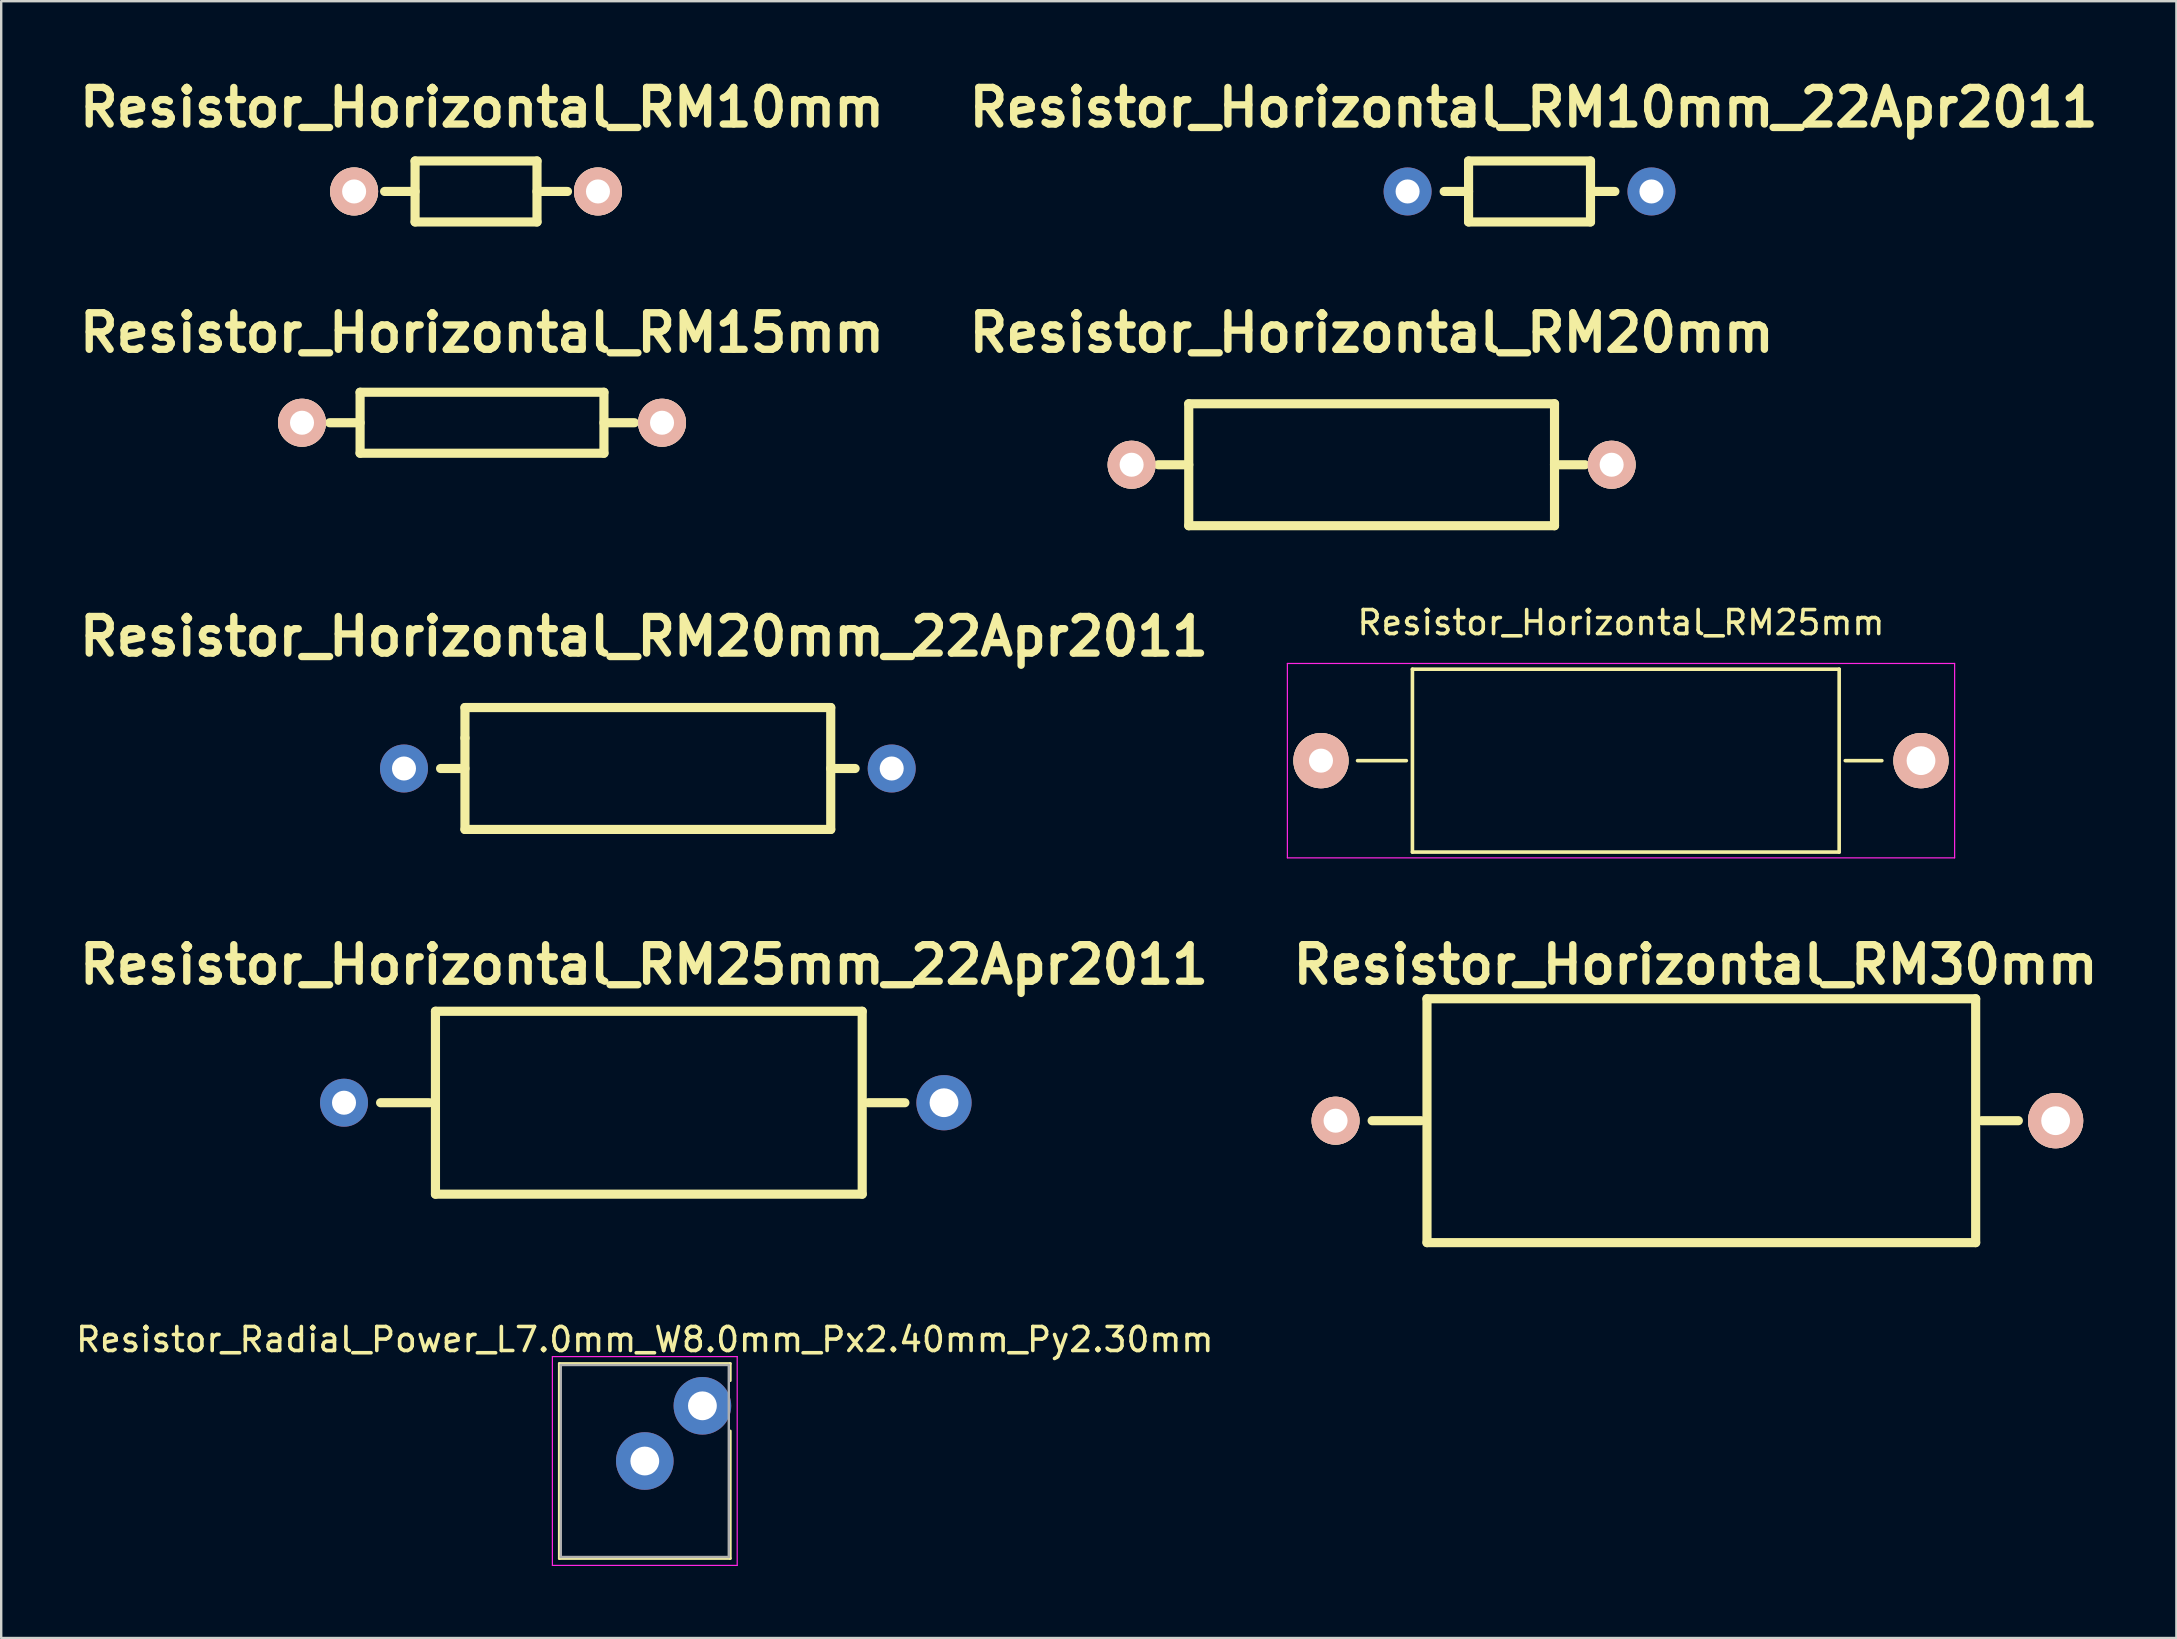
<source format=kicad_pcb>
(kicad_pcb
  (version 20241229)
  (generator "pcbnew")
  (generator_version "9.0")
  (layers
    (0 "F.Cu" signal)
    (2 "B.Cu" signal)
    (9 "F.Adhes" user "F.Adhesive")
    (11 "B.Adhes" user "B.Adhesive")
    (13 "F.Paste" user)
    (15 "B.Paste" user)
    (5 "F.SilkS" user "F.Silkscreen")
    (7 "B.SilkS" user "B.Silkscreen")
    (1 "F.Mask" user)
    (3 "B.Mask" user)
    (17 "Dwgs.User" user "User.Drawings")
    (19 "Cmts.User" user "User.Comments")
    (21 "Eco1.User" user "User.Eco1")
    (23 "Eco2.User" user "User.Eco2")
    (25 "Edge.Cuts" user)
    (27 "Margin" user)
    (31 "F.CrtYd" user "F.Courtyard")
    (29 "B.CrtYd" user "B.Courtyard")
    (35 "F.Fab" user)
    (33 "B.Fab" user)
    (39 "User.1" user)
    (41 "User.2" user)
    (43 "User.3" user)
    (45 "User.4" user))
  (footprint "Resistor_Horizontal_RM25mm"
    (layer "F.Cu")
    (at 51.988 28.642)
    (property "Reference" "Resistor_Horizontal_RM25mm" (at 12.499 -5.751 0) (layer "F.SilkS") (effects (font (size 1 1) (thickness 0.15))))
    (attr through_hole)
    (fp_line (start 3.556 0) (end 1.524 0) (stroke (width 0.15) (type solid)) (layer "F.SilkS"))
    (fp_line (start 3.81 -3.81) (end 3.81 3.81) (stroke (width 0.15) (type solid)) (layer "F.SilkS"))
    (fp_line (start 3.81 3.81) (end 21.59 3.81) (stroke (width 0.15) (type solid)) (layer "F.SilkS"))
    (fp_line (start 21.59 -3.81) (end 3.81 -3.81) (stroke (width 0.15) (type solid)) (layer "F.SilkS"))
    (fp_line (start 21.59 3.81) (end 21.59 -3.81) (stroke (width 0.15) (type solid)) (layer "F.SilkS"))
    (fp_line (start 21.844 0) (end 23.368 0) (stroke (width 0.15) (type solid)) (layer "F.SilkS"))
    (fp_line (start -1.4 -4.05) (end 26.4 -4.05) (stroke (width 0.05) (type solid)) (layer "F.CrtYd"))
    (fp_line (start -1.4 4.05) (end -1.4 -4.05) (stroke (width 0.05) (type solid)) (layer "F.CrtYd"))
    (fp_line (start -1.4 4.05) (end 26.4 4.05) (stroke (width 0.05) (type solid)) (layer "F.CrtYd"))
    (fp_line (start 26.4 -4.05) (end 26.4 4.05) (stroke (width 0.05) (type solid)) (layer "F.CrtYd"))
    (pad "1" thru_hole circle (at 0 0) (size 2.301 2.301) (drill 1.001) (layers "*.Cu" "*.SilkS" "*.Mask"))
    (pad "2" thru_hole circle (at 24.999 0) (size 2.301 2.301) (drill 1.199) (layers "*.Cu" "*.SilkS" "*.Mask")))
  (footprint "Resistor_Horizontal_RM25mm_22Apr2011"
    (layer "F.Cu")
    (at 23.782 42.894)
    (property "Reference" "Resistor_Horizontal_RM25mm_22Apr2011" (at 0 -5.751 0) (layer "F.SilkS") (effects (font (size 1.524 1.524) (thickness 0.305))))
    (attr through_hole)
    (fp_line (start -8.943 0) (end -10.975 0) (stroke (width 0.381) (type solid)) (layer "F.SilkS"))
    (fp_line (start -8.689 -3.81) (end -8.689 3.81) (stroke (width 0.381) (type solid)) (layer "F.SilkS"))
    (fp_line (start -8.689 3.81) (end 9.091 3.81) (stroke (width 0.381) (type solid)) (layer "F.SilkS"))
    (fp_line (start 9.091 -3.81) (end -8.689 -3.81) (stroke (width 0.381) (type solid)) (layer "F.SilkS"))
    (fp_line (start 9.091 3.81) (end 9.091 -3.81) (stroke (width 0.381) (type solid)) (layer "F.SilkS"))
    (fp_line (start 9.345 0) (end 10.869 0) (stroke (width 0.381) (type solid)) (layer "F.SilkS"))
    (pad "1" thru_hole circle (at -12.499 0) (size 1.999 1.999) (drill 1.001) (layers "*.Cu"))
    (pad "2" thru_hole circle (at 12.499 0) (size 2.301 2.301) (drill 1.199) (layers "*.Cu")))
  (footprint "Resistor_Horizontal_RM10mm"
    (layer "F.Cu")
    (at 16.784 4.927)
    (property "Reference" "Resistor_Horizontal_RM10mm" (at 0.249 -3.5 0) (layer "F.SilkS") (effects (font (size 1.524 1.524) (thickness 0.305))))
    (attr through_hole)
    (fp_line (start -2.54 -1.27) (end 2.54 -1.27) (stroke (width 0.381) (type solid)) (layer "F.SilkS"))
    (fp_line (start -2.54 0) (end -3.81 0) (stroke (width 0.381) (type solid)) (layer "F.SilkS"))
    (fp_line (start -2.54 1.27) (end -2.54 -1.27) (stroke (width 0.381) (type solid)) (layer "F.SilkS"))
    (fp_line (start 2.54 -1.27) (end 2.54 1.27) (stroke (width 0.381) (type solid)) (layer "F.SilkS"))
    (fp_line (start 2.54 0) (end 3.81 0) (stroke (width 0.381) (type solid)) (layer "F.SilkS"))
    (fp_line (start 2.54 1.27) (end -2.54 1.27) (stroke (width 0.381) (type solid)) (layer "F.SilkS"))
    (pad "1" thru_hole circle (at -5.08 0) (size 1.999 1.999) (drill 1.001) (layers "*.Cu" "*.SilkS" "*.Mask"))
    (pad "2" thru_hole circle (at 5.08 0) (size 1.999 1.999) (drill 1.001) (layers "*.Cu" "*.SilkS" "*.Mask")))
  (footprint "Resistor_Horizontal_RM10mm_22Apr2011"
    (layer "F.Cu")
    (at 60.598 4.927)
    (property "Reference" "Resistor_Horizontal_RM10mm_22Apr2011" (at 0.249 -3.5 0) (layer "F.SilkS") (effects (font (size 1.524 1.524) (thickness 0.305))))
    (attr through_hole)
    (fp_line (start -2.461 -1.27) (end 2.619 -1.27) (stroke (width 0.381) (type solid)) (layer "F.SilkS"))
    (fp_line (start -2.461 0) (end -3.477 0) (stroke (width 0.381) (type solid)) (layer "F.SilkS"))
    (fp_line (start -2.461 1.27) (end -2.461 -1.27) (stroke (width 0.381) (type solid)) (layer "F.SilkS"))
    (fp_line (start 2.619 -1.27) (end 2.619 1.27) (stroke (width 0.381) (type solid)) (layer "F.SilkS"))
    (fp_line (start 2.619 0) (end 3.635 0) (stroke (width 0.381) (type solid)) (layer "F.SilkS"))
    (fp_line (start 2.619 1.27) (end -2.461 1.27) (stroke (width 0.381) (type solid)) (layer "F.SilkS"))
    (pad "1" thru_hole circle (at -5.001 0) (size 1.999 1.999) (drill 1.001) (layers "*.Cu"))
    (pad "2" thru_hole circle (at 5.159 0) (size 1.999 1.999) (drill 1.001) (layers "*.Cu")))
  (footprint "Resistor_Radial_Power_L7.0mm_W8.0mm_Px2.40mm_Py2.30mm"
    (layer "F.Cu")
    (at 23.815 57.822)
    (property "Reference" "Resistor_Radial_Power_L7.0mm_W8.0mm_Px2.40mm_Py2.30mm" (at 0 -5.06 0) (layer "F.SilkS") (effects (font (size 1 1) (thickness 0.15))))
    (attr through_hole)
    (fp_line (start -3.56 -4.06) (end -3.56 4.06) (stroke (width 0.12) (type solid)) (layer "F.SilkS"))
    (fp_line (start -3.56 -4.06) (end 3.56 -4.06) (stroke (width 0.12) (type solid)) (layer "F.SilkS"))
    (fp_line (start -3.56 4.06) (end 3.56 4.06) (stroke (width 0.12) (type solid)) (layer "F.SilkS"))
    (fp_line (start 3.56 -4.06) (end 3.56 -3.35) (stroke (width 0.12) (type solid)) (layer "F.SilkS"))
    (fp_line (start 3.56 -1.25) (end 3.56 4.06) (stroke (width 0.12) (type solid)) (layer "F.SilkS"))
    (fp_line (start -3.85 -4.35) (end -3.85 4.35) (stroke (width 0.05) (type solid)) (layer "F.CrtYd"))
    (fp_line (start -3.85 4.35) (end 3.85 4.35) (stroke (width 0.05) (type solid)) (layer "F.CrtYd"))
    (fp_line (start 3.85 -4.35) (end -3.85 -4.35) (stroke (width 0.05) (type solid)) (layer "F.CrtYd"))
    (fp_line (start 3.85 4.35) (end 3.85 -4.35) (stroke (width 0.05) (type solid)) (layer "F.CrtYd"))
    (fp_line (start -3.5 -4) (end -3.5 4) (stroke (width 0.1) (type solid)) (layer "F.Fab"))
    (fp_line (start -3.5 4) (end 3.5 4) (stroke (width 0.1) (type solid)) (layer "F.Fab"))
    (fp_line (start 3.5 -4) (end -3.5 -4) (stroke (width 0.1) (type solid)) (layer "F.Fab"))
    (fp_line (start 3.5 4) (end 3.5 -4) (stroke (width 0.1) (type solid)) (layer "F.Fab"))
    (pad "1" thru_hole circle (at 0 0) (size 2.4 2.4) (drill 1.2) (layers "*.Cu" "*.Mask"))
    (pad "2" thru_hole circle (at 2.4 -2.3) (size 2.4 2.4) (drill 1.2) (layers "*.Cu" "*.Mask")))
  (footprint "Resistor_Horizontal_RM30mm"
    (layer "F.Cu")
    (at 67.596 43.643)
    (property "Reference" "Resistor_Horizontal_RM30mm" (at 0 -6.5 0) (layer "F.SilkS") (effects (font (size 1.524 1.524) (thickness 0.305))))
    (attr through_hole)
    (fp_line (start -11.445 0) (end -13.477 0) (stroke (width 0.381) (type solid)) (layer "F.SilkS"))
    (fp_line (start -11.191 -5.08) (end 11.669 -5.08) (stroke (width 0.381) (type solid)) (layer "F.SilkS"))
    (fp_line (start -11.191 5.08) (end -11.191 -5.08) (stroke (width 0.381) (type solid)) (layer "F.SilkS"))
    (fp_line (start 11.669 -5.08) (end 11.669 5.08) (stroke (width 0.381) (type solid)) (layer "F.SilkS"))
    (fp_line (start 11.669 5.08) (end -11.191 5.08) (stroke (width 0.381) (type solid)) (layer "F.SilkS"))
    (fp_line (start 11.923 0) (end 13.447 0) (stroke (width 0.381) (type solid)) (layer "F.SilkS"))
    (pad "1" thru_hole circle (at -15 0) (size 1.999 1.999) (drill 1.001) (layers "*.Cu" "*.SilkS" "*.Mask"))
    (pad "2" thru_hole circle (at 15 0) (size 2.301 2.301) (drill 1.199) (layers "*.Cu" "*.SilkS" "*.Mask")))
  (footprint "Resistor_Horizontal_RM20mm_22Apr2011"
    (layer "F.Cu")
    (at 23.782 28.969)
    (property "Reference" "Resistor_Horizontal_RM20mm_22Apr2011" (at 0 -5.499 0) (layer "F.SilkS") (effects (font (size 1.524 1.524) (thickness 0.305))))
    (attr through_hole)
    (fp_line (start -7.46 -2.54) (end 7.78 -2.54) (stroke (width 0.381) (type solid)) (layer "F.SilkS"))
    (fp_line (start -7.46 -1.27) (end -7.46 -2.54) (stroke (width 0.381) (type solid)) (layer "F.SilkS"))
    (fp_line (start -7.46 0) (end -8.476 0) (stroke (width 0.381) (type solid)) (layer "F.SilkS"))
    (fp_line (start -7.46 2.54) (end -7.46 -1.27) (stroke (width 0.381) (type solid)) (layer "F.SilkS"))
    (fp_line (start 7.78 -2.54) (end 7.78 2.54) (stroke (width 0.381) (type solid)) (layer "F.SilkS"))
    (fp_line (start 7.78 0) (end 8.796 0) (stroke (width 0.381) (type solid)) (layer "F.SilkS"))
    (fp_line (start 7.78 2.54) (end -7.46 2.54) (stroke (width 0.381) (type solid)) (layer "F.SilkS"))
    (pad "1" thru_hole circle (at -10 0) (size 1.999 1.999) (drill 1.001) (layers "*.Cu"))
    (pad "2" thru_hole circle (at 10.32 0) (size 1.999 1.999) (drill 1.001) (layers "*.Cu")))
  (footprint "Resistor_Horizontal_RM20mm"
    (layer "F.Cu")
    (at 54.098 16.313)
    (property "Reference" "Resistor_Horizontal_RM20mm" (at 0 -5.499 0) (layer "F.SilkS") (effects (font (size 1.524 1.524) (thickness 0.305))))
    (attr through_hole)
    (fp_line (start -8.89 0) (end -7.62 0) (stroke (width 0.381) (type solid)) (layer "F.SilkS"))
    (fp_line (start -7.62 -2.54) (end -7.62 2.54) (stroke (width 0.381) (type solid)) (layer "F.SilkS"))
    (fp_line (start -7.62 2.54) (end 7.62 2.54) (stroke (width 0.381) (type solid)) (layer "F.SilkS"))
    (fp_line (start 7.62 -2.54) (end -7.62 -2.54) (stroke (width 0.381) (type solid)) (layer "F.SilkS"))
    (fp_line (start 7.62 0) (end 7.62 -2.54) (stroke (width 0.381) (type solid)) (layer "F.SilkS"))
    (fp_line (start 7.62 2.54) (end 7.62 0) (stroke (width 0.381) (type solid)) (layer "F.SilkS"))
    (fp_line (start 8.89 0) (end 7.62 0) (stroke (width 0.381) (type solid)) (layer "F.SilkS"))
    (pad "1" thru_hole circle (at -10 0) (size 1.999 1.999) (drill 1.001) (layers "*.Cu" "*.SilkS" "*.Mask"))
    (pad "2" thru_hole circle (at 10 0) (size 1.999 1.999) (drill 1.001) (layers "*.Cu" "*.SilkS" "*.Mask")))
  (footprint "Resistor_Horizontal_RM15mm"
    (layer "F.Cu")
    (at 17.033 14.563)
    (property "Reference" "Resistor_Horizontal_RM15mm" (at 0 -3.749 0) (layer "F.SilkS") (effects (font (size 1.524 1.524) (thickness 0.305))))
    (attr through_hole)
    (fp_line (start -6.35 0) (end -5.08 0) (stroke (width 0.381) (type solid)) (layer "F.SilkS"))
    (fp_line (start -5.08 -1.27) (end -5.08 1.27) (stroke (width 0.381) (type solid)) (layer "F.SilkS"))
    (fp_line (start -5.08 1.27) (end 5.08 1.27) (stroke (width 0.381) (type solid)) (layer "F.SilkS"))
    (fp_line (start 5.08 -1.27) (end -5.08 -1.27) (stroke (width 0.381) (type solid)) (layer "F.SilkS"))
    (fp_line (start 5.08 1.27) (end 5.08 -1.27) (stroke (width 0.381) (type solid)) (layer "F.SilkS"))
    (fp_line (start 6.35 0) (end 5.08 0) (stroke (width 0.381) (type solid)) (layer "F.SilkS"))
    (pad "1" thru_hole circle (at -7.5 0) (size 1.999 1.999) (drill 1.001) (layers "*.Cu" "*.SilkS" "*.Mask"))
    (pad "2" thru_hole circle (at 7.5 0) (size 1.999 1.999) (drill 1.001) (layers "*.Cu" "*.SilkS" "*.Mask")))
  (gr_rect
    (start -3 -3)
    (end 87.628 65.197)
    (stroke (width 0.1) (type default))
    (fill no)
    (layer "Edge.Cuts")))
</source>
